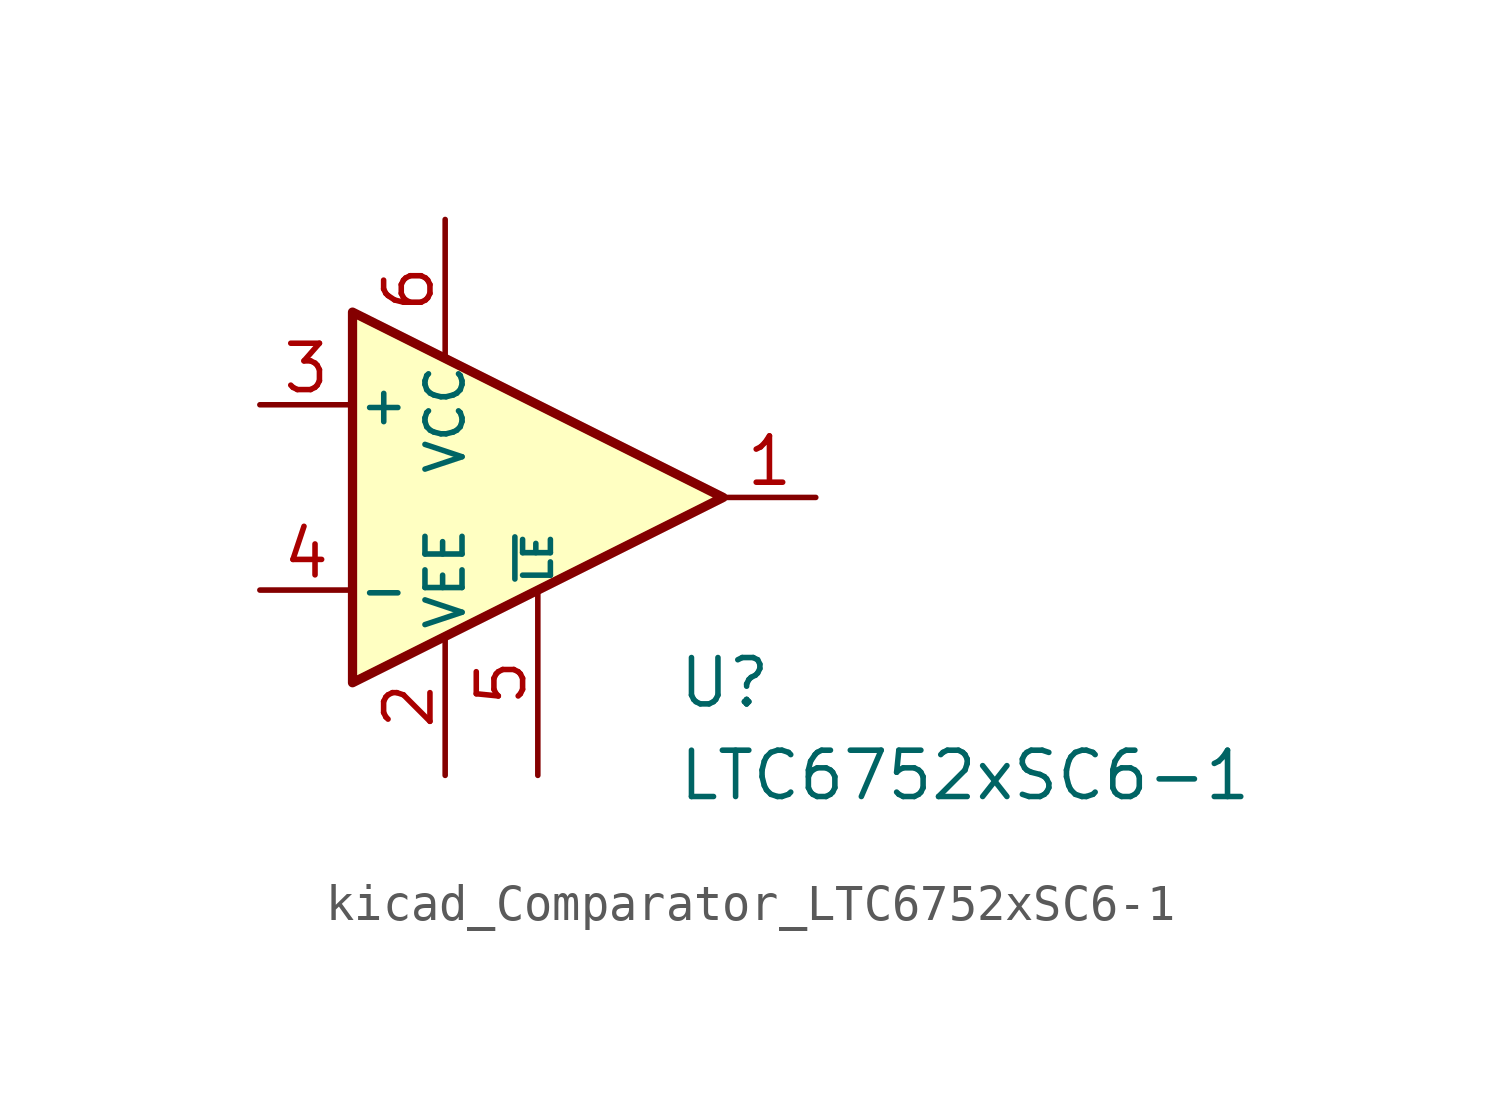
<source format=kicad_sym>
(kicad_symbol_lib
  (version 20220914)
  (generator kicad_symbol_editor)
  (symbol "kicad_Comparator_LTC6752xSC6-1"
    (pin_names
      (offset 0.127))
    (property "Reference" "U"
      (at 3.81 -5.08 0)
      (effects (font (size 1.27 1.27)) (justify left)))
    (property "Value" "LTC6752xSC6-1"
      (at 3.81 -7.62 0)
      (effects (font (size 1.27 1.27)) (justify left)))
    (symbol "kicad_Comparator_LTC6752xSC6-1_1_1"
      (polyline (pts (xy -5.08 5.08) (xy 5.08 0) (xy -5.08 -5.08) (xy -5.08 5.08)) (stroke (width 0.254) (type default)) (fill (type background)))
      (pin output line (at 7.62 0 180) (length 2.54) (name "~" (effects (font (size 1.27 1.27)))) (number "1" (effects (font (size 1.27 1.27)))))
      (pin power_in line (at -2.54 -7.62 90) (length 3.81) (name "VEE" (effects (font (size 1.016 1.016)))) (number "2" (effects (font (size 1.27 1.27)))))
      (pin input line (at -7.62 2.54 0) (length 2.54) (name "+" (effects (font (size 1.016 1.016)))) (number "3" (effects (font (size 1.27 1.27)))))
      (pin input line (at -7.62 -2.54 0) (length 2.54) (name "-" (effects (font (size 1.016 1.016)))) (number "4" (effects (font (size 1.27 1.27)))))
      (pin input line (at 0 -7.62 90) (length 5.08) (name "~{LE}" (effects (font (size 0.762 0.762)))) (number "5" (effects (font (size 1.27 1.27)))))
      (pin power_in line (at -2.54 7.62 270) (length 3.81) (name "VCC" (effects (font (size 1.016 1.016)))) (number "6" (effects (font (size 1.27 1.27))))))))
</source>
